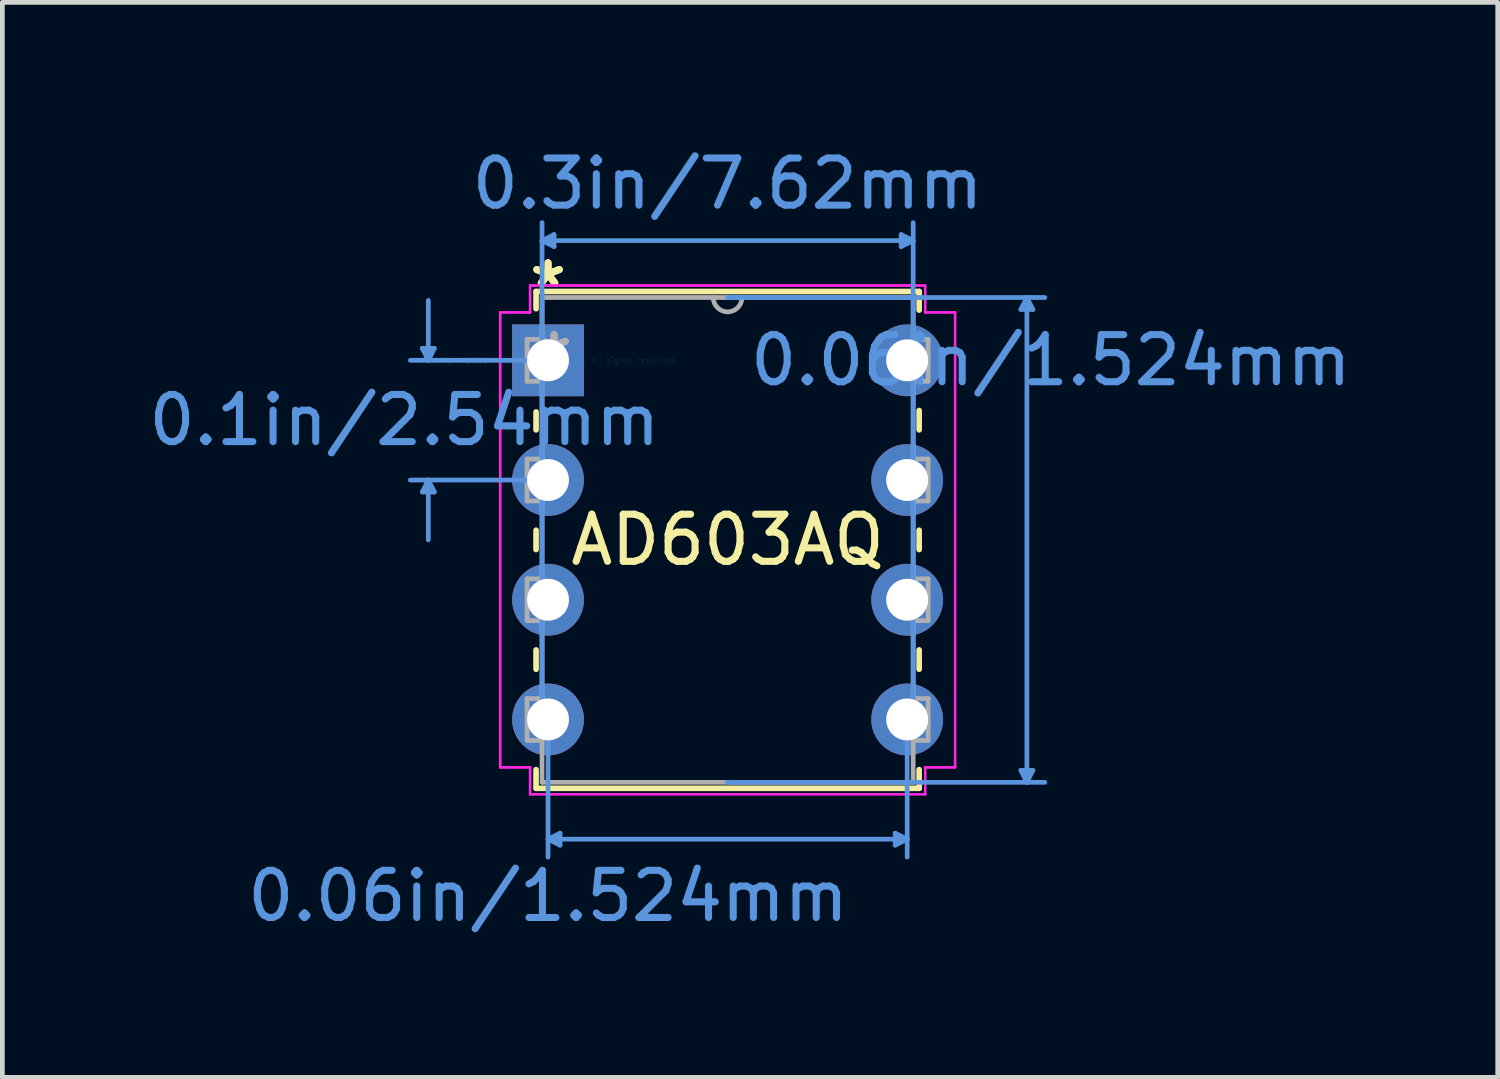
<source format=kicad_pcb>
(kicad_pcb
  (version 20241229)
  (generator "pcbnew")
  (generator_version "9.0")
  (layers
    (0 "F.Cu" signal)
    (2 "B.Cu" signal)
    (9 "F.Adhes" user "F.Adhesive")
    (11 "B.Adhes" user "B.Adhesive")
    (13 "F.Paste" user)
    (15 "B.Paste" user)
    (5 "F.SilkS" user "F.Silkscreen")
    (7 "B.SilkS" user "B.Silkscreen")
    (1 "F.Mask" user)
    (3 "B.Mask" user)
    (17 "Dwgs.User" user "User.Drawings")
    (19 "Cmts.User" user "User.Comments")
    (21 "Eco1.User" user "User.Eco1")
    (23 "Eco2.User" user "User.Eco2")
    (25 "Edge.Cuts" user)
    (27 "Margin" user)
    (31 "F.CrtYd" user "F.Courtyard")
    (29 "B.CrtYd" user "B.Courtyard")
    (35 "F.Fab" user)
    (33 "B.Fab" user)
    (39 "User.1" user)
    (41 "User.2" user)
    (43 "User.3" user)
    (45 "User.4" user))
  (footprint "AD603AQ"
    (layer "F.Cu")
    (at 8.578 4.595)
    (property "Reference" "AD603AQ" (at 3.81 3.81 0) (layer "F.SilkS") (effects (font (size 1 1) (thickness 0.15))))
    (attr through_hole)
    (fp_line (start -0.254 -1.46) (end -0.254 -1.095) (stroke (width 0.12) (type solid)) (layer "F.SilkS"))
    (fp_line (start -0.254 1.095) (end -0.254 1.475) (stroke (width 0.12) (type solid)) (layer "F.SilkS"))
    (fp_line (start -0.254 3.605) (end -0.254 4.015) (stroke (width 0.12) (type solid)) (layer "F.SilkS"))
    (fp_line (start -0.254 6.145) (end -0.254 6.555) (stroke (width 0.12) (type solid)) (layer "F.SilkS"))
    (fp_line (start -0.254 8.685) (end -0.254 9.081) (stroke (width 0.12) (type solid)) (layer "F.SilkS"))
    (fp_line (start -0.254 9.081) (end 7.874 9.081) (stroke (width 0.12) (type solid)) (layer "F.SilkS"))
    (fp_line (start 7.874 -1.46) (end -0.254 -1.46) (stroke (width 0.12) (type solid)) (layer "F.SilkS"))
    (fp_line (start 7.874 -1.065) (end 7.874 -1.46) (stroke (width 0.12) (type solid)) (layer "F.SilkS"))
    (fp_line (start 7.874 1.475) (end 7.874 1.065) (stroke (width 0.12) (type solid)) (layer "F.SilkS"))
    (fp_line (start 7.874 4.015) (end 7.874 3.605) (stroke (width 0.12) (type solid)) (layer "F.SilkS"))
    (fp_line (start 7.874 6.555) (end 7.874 6.145) (stroke (width 0.12) (type solid)) (layer "F.SilkS"))
    (fp_line (start 7.874 9.081) (end 7.874 8.685) (stroke (width 0.12) (type solid)) (layer "F.SilkS"))
    (fp_line (start -2.667 -0.254) (end -2.413 -0.254) (stroke (width 0.1) (type solid)) (layer "Cmts.User"))
    (fp_line (start -2.667 2.794) (end -2.413 2.794) (stroke (width 0.1) (type solid)) (layer "Cmts.User"))
    (fp_line (start -2.54 0) (end -2.667 -0.254) (stroke (width 0.1) (type solid)) (layer "Cmts.User"))
    (fp_line (start -2.54 0) (end -2.54 -1.27) (stroke (width 0.1) (type solid)) (layer "Cmts.User"))
    (fp_line (start -2.54 0) (end -2.413 -0.254) (stroke (width 0.1) (type solid)) (layer "Cmts.User"))
    (fp_line (start -2.54 2.54) (end -2.667 2.794) (stroke (width 0.1) (type solid)) (layer "Cmts.User"))
    (fp_line (start -2.54 2.54) (end -2.54 3.81) (stroke (width 0.1) (type solid)) (layer "Cmts.User"))
    (fp_line (start -2.54 2.54) (end -2.413 2.794) (stroke (width 0.1) (type solid)) (layer "Cmts.User"))
    (fp_line (start -0.127 -2.54) (end 0.127 -2.667) (stroke (width 0.1) (type solid)) (layer "Cmts.User"))
    (fp_line (start -0.127 -2.54) (end 0.127 -2.413) (stroke (width 0.1) (type solid)) (layer "Cmts.User"))
    (fp_line (start -0.127 -2.54) (end 7.747 -2.54) (stroke (width 0.1) (type solid)) (layer "Cmts.User"))
    (fp_line (start -0.127 7.62) (end -0.127 -2.921) (stroke (width 0.1) (type solid)) (layer "Cmts.User"))
    (fp_line (start 0 0) (end -2.921 0) (stroke (width 0.1) (type solid)) (layer "Cmts.User"))
    (fp_line (start 0 2.54) (end -2.921 2.54) (stroke (width 0.1) (type solid)) (layer "Cmts.User"))
    (fp_line (start 0 7.62) (end 0 10.541) (stroke (width 0.1) (type solid)) (layer "Cmts.User"))
    (fp_line (start 0 10.16) (end 0.254 10.033) (stroke (width 0.1) (type solid)) (layer "Cmts.User"))
    (fp_line (start 0 10.16) (end 0.254 10.287) (stroke (width 0.1) (type solid)) (layer "Cmts.User"))
    (fp_line (start 0 10.16) (end 7.62 10.16) (stroke (width 0.1) (type solid)) (layer "Cmts.User"))
    (fp_line (start 0.127 -2.667) (end 0.127 -2.413) (stroke (width 0.1) (type solid)) (layer "Cmts.User"))
    (fp_line (start 0.254 10.033) (end 0.254 10.287) (stroke (width 0.1) (type solid)) (layer "Cmts.User"))
    (fp_line (start 3.81 -1.333) (end 10.541 -1.333) (stroke (width 0.1) (type solid)) (layer "Cmts.User"))
    (fp_line (start 3.81 8.954) (end 10.541 8.954) (stroke (width 0.1) (type solid)) (layer "Cmts.User"))
    (fp_line (start 7.366 10.033) (end 7.366 10.287) (stroke (width 0.1) (type solid)) (layer "Cmts.User"))
    (fp_line (start 7.493 -2.667) (end 7.493 -2.413) (stroke (width 0.1) (type solid)) (layer "Cmts.User"))
    (fp_line (start 7.62 7.62) (end 7.62 10.541) (stroke (width 0.1) (type solid)) (layer "Cmts.User"))
    (fp_line (start 7.62 10.16) (end 7.366 10.033) (stroke (width 0.1) (type solid)) (layer "Cmts.User"))
    (fp_line (start 7.62 10.16) (end 7.366 10.287) (stroke (width 0.1) (type solid)) (layer "Cmts.User"))
    (fp_line (start 7.747 -2.54) (end 7.493 -2.667) (stroke (width 0.1) (type solid)) (layer "Cmts.User"))
    (fp_line (start 7.747 -2.54) (end 7.493 -2.413) (stroke (width 0.1) (type solid)) (layer "Cmts.User"))
    (fp_line (start 7.747 7.62) (end 7.747 -2.921) (stroke (width 0.1) (type solid)) (layer "Cmts.User"))
    (fp_line (start 10.033 -1.079) (end 10.287 -1.079) (stroke (width 0.1) (type solid)) (layer "Cmts.User"))
    (fp_line (start 10.033 8.7) (end 10.287 8.7) (stroke (width 0.1) (type solid)) (layer "Cmts.User"))
    (fp_line (start 10.16 -1.333) (end 10.033 -1.079) (stroke (width 0.1) (type solid)) (layer "Cmts.User"))
    (fp_line (start 10.16 -1.333) (end 10.16 8.954) (stroke (width 0.1) (type solid)) (layer "Cmts.User"))
    (fp_line (start 10.16 -1.333) (end 10.287 -1.079) (stroke (width 0.1) (type solid)) (layer "Cmts.User"))
    (fp_line (start 10.16 8.954) (end 10.033 8.7) (stroke (width 0.1) (type solid)) (layer "Cmts.User"))
    (fp_line (start 10.16 8.954) (end 10.287 8.7) (stroke (width 0.1) (type solid)) (layer "Cmts.User"))
    (fp_line (start -1.016 -1.016) (end -1.016 8.636) (stroke (width 0.05) (type solid)) (layer "F.CrtYd"))
    (fp_line (start -1.016 -1.016) (end -0.381 -1.016) (stroke (width 0.05) (type solid)) (layer "F.CrtYd"))
    (fp_line (start -1.016 8.636) (end -1.016 -1.016) (stroke (width 0.05) (type solid)) (layer "F.CrtYd"))
    (fp_line (start -1.016 8.636) (end -0.381 8.636) (stroke (width 0.05) (type solid)) (layer "F.CrtYd"))
    (fp_line (start -0.381 -1.587) (end -0.381 -1.016) (stroke (width 0.05) (type solid)) (layer "F.CrtYd"))
    (fp_line (start -0.381 -1.587) (end 8.001 -1.587) (stroke (width 0.05) (type solid)) (layer "F.CrtYd"))
    (fp_line (start -0.381 -1.016) (end -1.016 -1.016) (stroke (width 0.05) (type solid)) (layer "F.CrtYd"))
    (fp_line (start -0.381 -1.016) (end -0.381 -1.587) (stroke (width 0.05) (type solid)) (layer "F.CrtYd"))
    (fp_line (start -0.381 8.636) (end -1.016 8.636) (stroke (width 0.05) (type solid)) (layer "F.CrtYd"))
    (fp_line (start -0.381 8.636) (end -0.381 9.207) (stroke (width 0.05) (type solid)) (layer "F.CrtYd"))
    (fp_line (start -0.381 9.207) (end -0.381 8.636) (stroke (width 0.05) (type solid)) (layer "F.CrtYd"))
    (fp_line (start -0.381 9.207) (end 8.001 9.207) (stroke (width 0.05) (type solid)) (layer "F.CrtYd"))
    (fp_line (start 8.001 -1.587) (end -0.381 -1.587) (stroke (width 0.05) (type solid)) (layer "F.CrtYd"))
    (fp_line (start 8.001 -1.587) (end 8.001 -1.016) (stroke (width 0.05) (type solid)) (layer "F.CrtYd"))
    (fp_line (start 8.001 -1.016) (end 8.001 -1.587) (stroke (width 0.05) (type solid)) (layer "F.CrtYd"))
    (fp_line (start 8.001 8.636) (end 8.001 9.207) (stroke (width 0.05) (type solid)) (layer "F.CrtYd"))
    (fp_line (start 8.001 8.636) (end 8.636 8.636) (stroke (width 0.05) (type solid)) (layer "F.CrtYd"))
    (fp_line (start 8.001 9.207) (end -0.381 9.207) (stroke (width 0.05) (type solid)) (layer "F.CrtYd"))
    (fp_line (start 8.001 9.207) (end 8.001 8.636) (stroke (width 0.05) (type solid)) (layer "F.CrtYd"))
    (fp_line (start 8.636 -1.016) (end 8.001 -1.016) (stroke (width 0.05) (type solid)) (layer "F.CrtYd"))
    (fp_line (start 8.636 -1.016) (end 8.001 -1.016) (stroke (width 0.05) (type solid)) (layer "F.CrtYd"))
    (fp_line (start 8.636 -1.016) (end 8.636 8.636) (stroke (width 0.05) (type solid)) (layer "F.CrtYd"))
    (fp_line (start 8.636 8.636) (end 8.001 8.636) (stroke (width 0.05) (type solid)) (layer "F.CrtYd"))
    (fp_line (start 8.636 8.636) (end 8.636 -1.016) (stroke (width 0.05) (type solid)) (layer "F.CrtYd"))
    (fp_line (start -0.445 -0.445) (end -0.445 0.445) (stroke (width 0.1) (type solid)) (layer "F.Fab"))
    (fp_line (start -0.445 0.445) (end -0.127 0.445) (stroke (width 0.1) (type solid)) (layer "F.Fab"))
    (fp_line (start -0.445 2.095) (end -0.445 2.985) (stroke (width 0.1) (type solid)) (layer "F.Fab"))
    (fp_line (start -0.445 2.985) (end -0.127 2.985) (stroke (width 0.1) (type solid)) (layer "F.Fab"))
    (fp_line (start -0.445 4.636) (end -0.445 5.524) (stroke (width 0.1) (type solid)) (layer "F.Fab"))
    (fp_line (start -0.445 5.524) (end -0.127 5.524) (stroke (width 0.1) (type solid)) (layer "F.Fab"))
    (fp_line (start -0.445 7.176) (end -0.445 8.065) (stroke (width 0.1) (type solid)) (layer "F.Fab"))
    (fp_line (start -0.445 8.065) (end -0.127 8.065) (stroke (width 0.1) (type solid)) (layer "F.Fab"))
    (fp_line (start -0.127 -1.333) (end -0.127 8.954) (stroke (width 0.1) (type solid)) (layer "F.Fab"))
    (fp_line (start -0.127 -0.445) (end -0.445 -0.445) (stroke (width 0.1) (type solid)) (layer "F.Fab"))
    (fp_line (start -0.127 0.445) (end -0.127 -0.445) (stroke (width 0.1) (type solid)) (layer "F.Fab"))
    (fp_line (start -0.127 2.095) (end -0.445 2.095) (stroke (width 0.1) (type solid)) (layer "F.Fab"))
    (fp_line (start -0.127 2.985) (end -0.127 2.095) (stroke (width 0.1) (type solid)) (layer "F.Fab"))
    (fp_line (start -0.127 4.636) (end -0.445 4.636) (stroke (width 0.1) (type solid)) (layer "F.Fab"))
    (fp_line (start -0.127 5.524) (end -0.127 4.636) (stroke (width 0.1) (type solid)) (layer "F.Fab"))
    (fp_line (start -0.127 7.176) (end -0.445 7.176) (stroke (width 0.1) (type solid)) (layer "F.Fab"))
    (fp_line (start -0.127 8.065) (end -0.127 7.176) (stroke (width 0.1) (type solid)) (layer "F.Fab"))
    (fp_line (start -0.127 8.954) (end 7.747 8.954) (stroke (width 0.1) (type solid)) (layer "F.Fab"))
    (fp_line (start 7.747 -1.333) (end -0.127 -1.333) (stroke (width 0.1) (type solid)) (layer "F.Fab"))
    (fp_line (start 7.747 -0.445) (end 7.747 0.445) (stroke (width 0.1) (type solid)) (layer "F.Fab"))
    (fp_line (start 7.747 0.445) (end 8.065 0.445) (stroke (width 0.1) (type solid)) (layer "F.Fab"))
    (fp_line (start 7.747 2.095) (end 7.747 2.985) (stroke (width 0.1) (type solid)) (layer "F.Fab"))
    (fp_line (start 7.747 2.985) (end 8.065 2.985) (stroke (width 0.1) (type solid)) (layer "F.Fab"))
    (fp_line (start 7.747 4.636) (end 7.747 5.524) (stroke (width 0.1) (type solid)) (layer "F.Fab"))
    (fp_line (start 7.747 5.524) (end 8.065 5.524) (stroke (width 0.1) (type solid)) (layer "F.Fab"))
    (fp_line (start 7.747 7.176) (end 7.747 8.065) (stroke (width 0.1) (type solid)) (layer "F.Fab"))
    (fp_line (start 7.747 8.065) (end 8.065 8.065) (stroke (width 0.1) (type solid)) (layer "F.Fab"))
    (fp_line (start 7.747 8.954) (end 7.747 -1.333) (stroke (width 0.1) (type solid)) (layer "F.Fab"))
    (fp_line (start 8.065 -0.445) (end 7.747 -0.445) (stroke (width 0.1) (type solid)) (layer "F.Fab"))
    (fp_line (start 8.065 0.445) (end 8.065 -0.445) (stroke (width 0.1) (type solid)) (layer "F.Fab"))
    (fp_line (start 8.065 2.095) (end 7.747 2.095) (stroke (width 0.1) (type solid)) (layer "F.Fab"))
    (fp_line (start 8.065 2.985) (end 8.065 2.095) (stroke (width 0.1) (type solid)) (layer "F.Fab"))
    (fp_line (start 8.065 4.636) (end 7.747 4.636) (stroke (width 0.1) (type solid)) (layer "F.Fab"))
    (fp_line (start 8.065 5.524) (end 8.065 4.636) (stroke (width 0.1) (type solid)) (layer "F.Fab"))
    (fp_line (start 8.065 7.176) (end 7.747 7.176) (stroke (width 0.1) (type solid)) (layer "F.Fab"))
    (fp_line (start 8.065 8.065) (end 8.065 7.176) (stroke (width 0.1) (type solid)) (layer "F.Fab"))
    (fp_arc (start 4.1148 -1.3335) (mid 3.81 -1.0287) (end 3.5052 -1.3335) (stroke (width 0.1) (type solid)) (layer "F.Fab"))
    (fp_text user "*" (at 0 -1.524 0) (layer "F.SilkS") (effects (font (size 1 1) (thickness 0.15))))
    (fp_text user "*" (at 0 -1.524 0) (layer "F.SilkS") (effects (font (size 1 1) (thickness 0.15))))
    (fp_text user "Copyright 2021 Accelerated Designs. All rights reserved." (at 0 0 0) (layer "Cmts.User") (effects (font (size 0.127 0.127) (thickness 0.002))))
    (fp_text user "0.06in/1.524mm" (at 10.668 0 0) (layer "Cmts.User") (effects (font (size 1 1) (thickness 0.15))))
    (fp_text user "0.3in/7.62mm" (at 3.81 -3.747 0) (layer "Cmts.User") (effects (font (size 1 1) (thickness 0.15))))
    (fp_text user "0.1in/2.54mm" (at -3.048 1.27 0) (layer "Cmts.User") (effects (font (size 1 1) (thickness 0.15))))
    (fp_text user "0.06in/1.524mm" (at 0 11.367 0) (layer "Cmts.User") (effects (font (size 1 1) (thickness 0.15))))
    (fp_text user "*" (at 0.127 0 0) (layer "F.Fab") (effects (font (size 1 1) (thickness 0.15))))
    (fp_text user "*" (at 0.127 0 0) (layer "F.Fab") (effects (font (size 1 1) (thickness 0.15))))
    (pad "1" thru_hole rect (at 0 0) (size 1.524 1.524) (drill 0.889) (layers "*.Cu" "*.Mask"))
    (pad "2" thru_hole circle (at 0 2.54) (size 1.524 1.524) (drill 0.889) (layers "*.Cu" "*.Mask"))
    (pad "3" thru_hole circle (at 0 5.08) (size 1.524 1.524) (drill 0.889) (layers "*.Cu" "*.Mask"))
    (pad "4" thru_hole circle (at 0 7.62) (size 1.524 1.524) (drill 0.889) (layers "*.Cu" "*.Mask"))
    (pad "5" thru_hole circle (at 7.62 7.62) (size 1.524 1.524) (drill 0.889) (layers "*.Cu" "*.Mask"))
    (pad "6" thru_hole circle (at 7.62 5.08) (size 1.524 1.524) (drill 0.889) (layers "*.Cu" "*.Mask"))
    (pad "7" thru_hole circle (at 7.62 2.54) (size 1.524 1.524) (drill 0.889) (layers "*.Cu" "*.Mask"))
    (pad "8" thru_hole circle (at 7.62 0) (size 1.524 1.524) (drill 0.889) (layers "*.Cu" "*.Mask")))
  (gr_rect
    (start -3 -3)
    (end 28.728 19.809)
    (stroke (width 0.1) (type default))
    (fill no)
    (layer "Edge.Cuts")))
</source>
